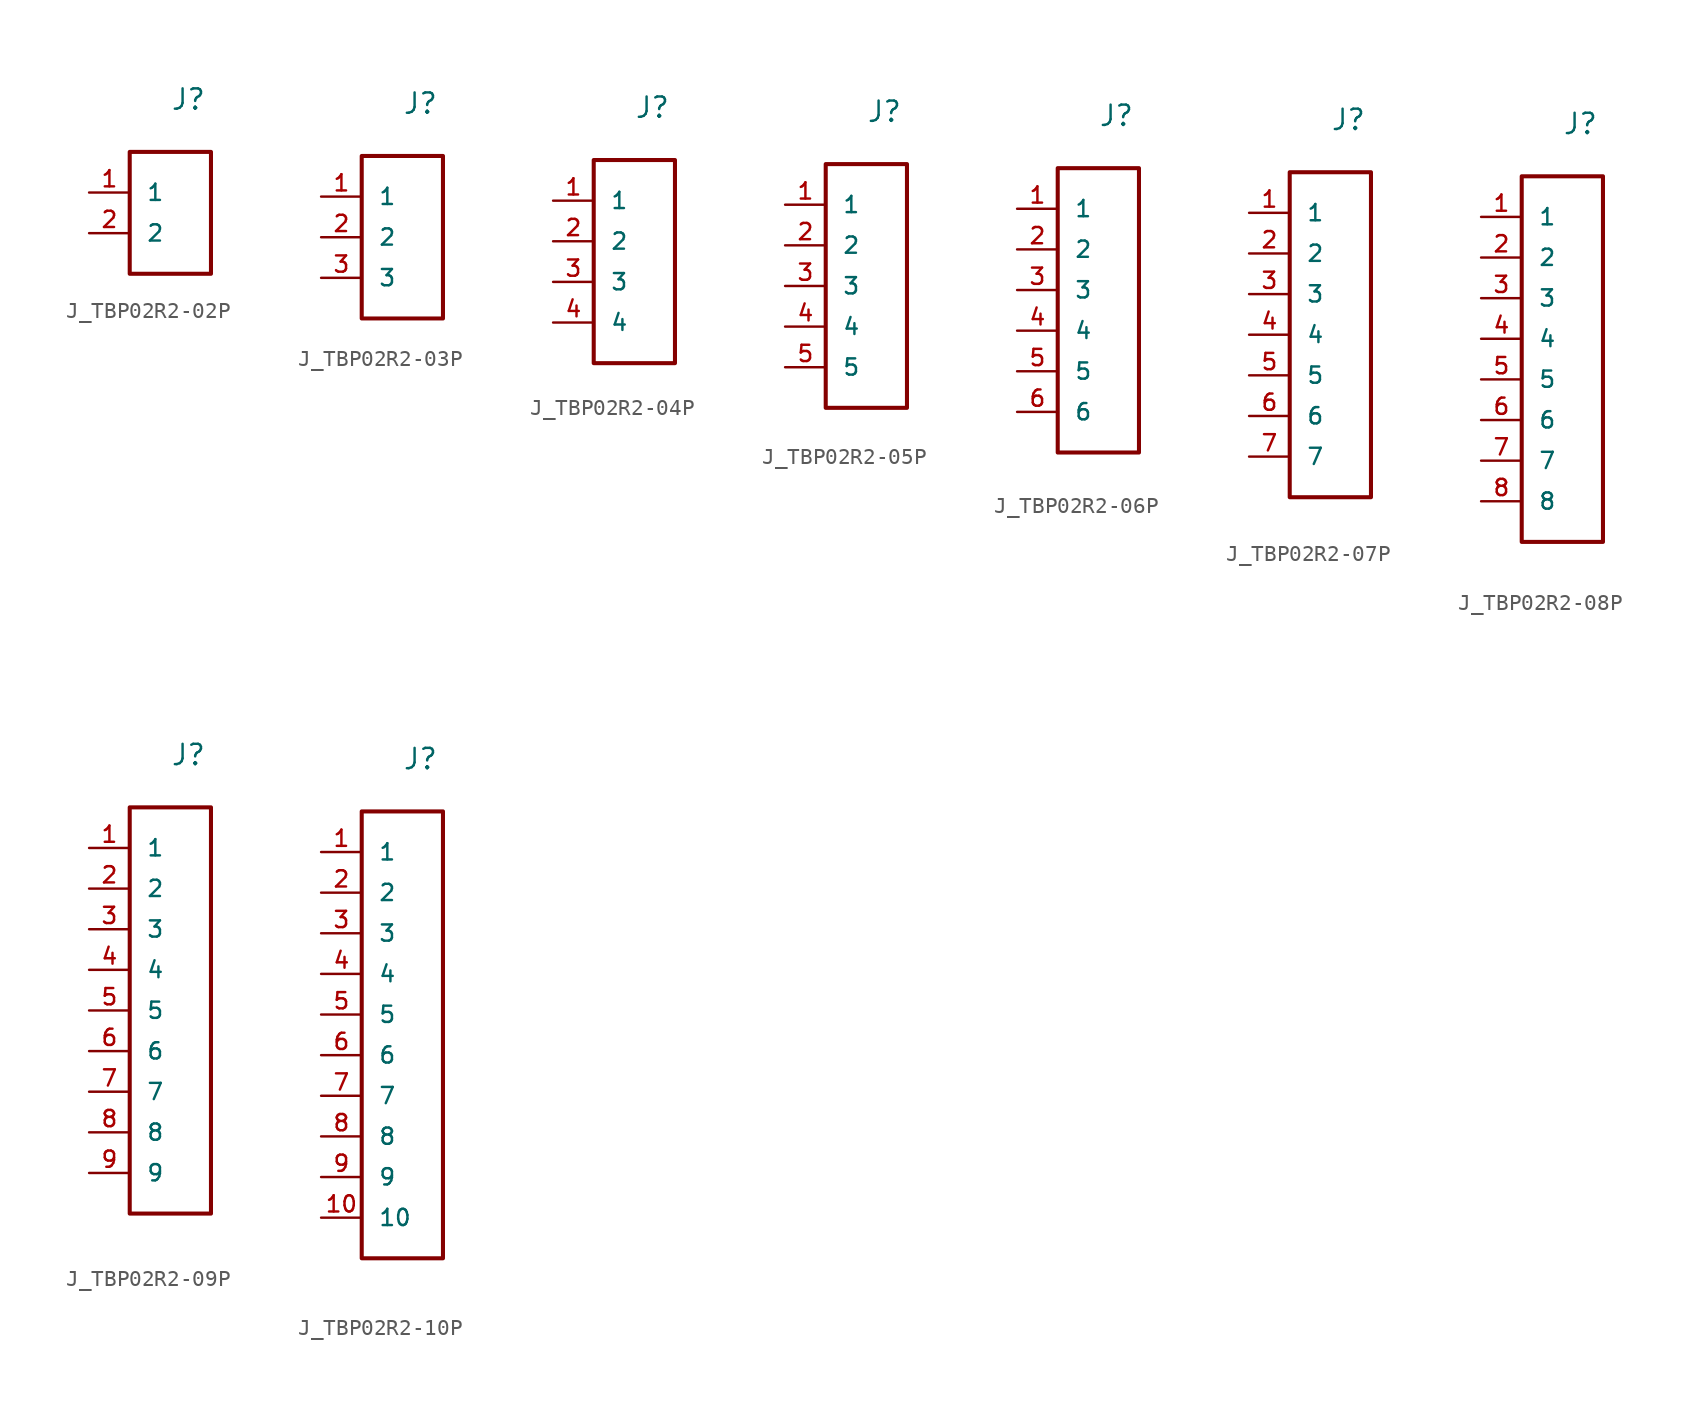
<source format=kicad_sym>
(kicad_symbol_lib
  (version 20231120)
  (generator "kicad_symbol_editor")
  (generator_version "8.0")
  (symbol "J_TBP02R2-02P"
    (pin_names
      (offset 1.016))
    (property "Reference" "J"
      (at 0 6.35 0)
      (effects (font (size 1.27 1.27)) (justify left bottom)))
    (symbol "J_TBP02R2-02P_0_0"
      (pin passive line (at -5.08 1.27 0) (length 2.54) (name "1" (effects (font (size 1.016 1.016)))) (number "1" (effects (font (size 1.016 1.016)))))
      (pin passive line (at -5.08 -1.27 0) (length 2.54) (name "2" (effects (font (size 1.016 1.016)))) (number "2" (effects (font (size 1.016 1.016))))))
    (symbol "J_TBP02R2-02P_1_0"
      (rectangle (start -2.54 3.81) (end 2.54 -3.81) (stroke (width 0.254) (type solid)) (fill (type none)))))
  (symbol "J_TBP02R2-03P"
    (pin_names
      (offset 1.016))
    (property "Reference" "J"
      (at 0 7.62 0)
      (effects (font (size 1.27 1.27)) (justify left bottom)))
    (symbol "J_TBP02R2-03P_0_0"
      (pin passive line (at -5.08 2.54 0) (length 2.54) (name "1" (effects (font (size 1.016 1.016)))) (number "1" (effects (font (size 1.016 1.016)))))
      (pin passive line (at -5.08 0.0 0) (length 2.54) (name "2" (effects (font (size 1.016 1.016)))) (number "2" (effects (font (size 1.016 1.016)))))
      (pin passive line (at -5.08 -2.54 0) (length 2.54) (name "3" (effects (font (size 1.016 1.016)))) (number "3" (effects (font (size 1.016 1.016))))))
    (symbol "J_TBP02R2-03P_1_0"
      (rectangle (start -2.54 5.08) (end 2.54 -5.08) (stroke (width 0.254) (type solid)) (fill (type none)))))
  (symbol "J_TBP02R2-04P"
    (pin_names
      (offset 1.016))
    (property "Reference" "J"
      (at 0 8.89 0)
      (effects (font (size 1.27 1.27)) (justify left bottom)))
    (symbol "J_TBP02R2-04P_0_0"
      (pin passive line (at -5.08 3.81 0) (length 2.54) (name "1" (effects (font (size 1.016 1.016)))) (number "1" (effects (font (size 1.016 1.016)))))
      (pin passive line (at -5.08 1.27 0) (length 2.54) (name "2" (effects (font (size 1.016 1.016)))) (number "2" (effects (font (size 1.016 1.016)))))
      (pin passive line (at -5.08 -1.27 0) (length 2.54) (name "3" (effects (font (size 1.016 1.016)))) (number "3" (effects (font (size 1.016 1.016)))))
      (pin passive line (at -5.08 -3.81 0) (length 2.54) (name "4" (effects (font (size 1.016 1.016)))) (number "4" (effects (font (size 1.016 1.016))))))
    (symbol "J_TBP02R2-04P_1_0"
      (rectangle (start -2.54 6.35) (end 2.54 -6.35) (stroke (width 0.254) (type solid)) (fill (type none)))))
  (symbol "J_TBP02R2-05P"
    (pin_names
      (offset 1.016))
    (property "Reference" "J"
      (at 0 10.16 0)
      (effects (font (size 1.27 1.27)) (justify left bottom)))
    (symbol "J_TBP02R2-05P_0_0"
      (pin passive line (at -5.08 5.08 0) (length 2.54) (name "1" (effects (font (size 1.016 1.016)))) (number "1" (effects (font (size 1.016 1.016)))))
      (pin passive line (at -5.08 2.54 0) (length 2.54) (name "2" (effects (font (size 1.016 1.016)))) (number "2" (effects (font (size 1.016 1.016)))))
      (pin passive line (at -5.08 0.0 0) (length 2.54) (name "3" (effects (font (size 1.016 1.016)))) (number "3" (effects (font (size 1.016 1.016)))))
      (pin passive line (at -5.08 -2.54 0) (length 2.54) (name "4" (effects (font (size 1.016 1.016)))) (number "4" (effects (font (size 1.016 1.016)))))
      (pin passive line (at -5.08 -5.08 0) (length 2.54) (name "5" (effects (font (size 1.016 1.016)))) (number "5" (effects (font (size 1.016 1.016))))))
    (symbol "J_TBP02R2-05P_1_0"
      (rectangle (start -2.54 7.62) (end 2.54 -7.62) (stroke (width 0.254) (type solid)) (fill (type none)))))
  (symbol "J_TBP02R2-06P"
    (pin_names
      (offset 1.016))
    (property "Reference" "J"
      (at 0 11.43 0)
      (effects (font (size 1.27 1.27)) (justify left bottom)))
    (symbol "J_TBP02R2-06P_0_0"
      (pin passive line (at -5.08 6.35 0) (length 2.54) (name "1" (effects (font (size 1.016 1.016)))) (number "1" (effects (font (size 1.016 1.016)))))
      (pin passive line (at -5.08 3.81 0) (length 2.54) (name "2" (effects (font (size 1.016 1.016)))) (number "2" (effects (font (size 1.016 1.016)))))
      (pin passive line (at -5.08 1.27 0) (length 2.54) (name "3" (effects (font (size 1.016 1.016)))) (number "3" (effects (font (size 1.016 1.016)))))
      (pin passive line (at -5.08 -1.27 0) (length 2.54) (name "4" (effects (font (size 1.016 1.016)))) (number "4" (effects (font (size 1.016 1.016)))))
      (pin passive line (at -5.08 -3.81 0) (length 2.54) (name "5" (effects (font (size 1.016 1.016)))) (number "5" (effects (font (size 1.016 1.016)))))
      (pin passive line (at -5.08 -6.35 0) (length 2.54) (name "6" (effects (font (size 1.016 1.016)))) (number "6" (effects (font (size 1.016 1.016))))))
    (symbol "J_TBP02R2-06P_1_0"
      (rectangle (start -2.54 8.89) (end 2.54 -8.89) (stroke (width 0.254) (type solid)) (fill (type none)))))
  (symbol "J_TBP02R2-07P"
    (pin_names
      (offset 1.016))
    (property "Reference" "J"
      (at 0 12.7 0)
      (effects (font (size 1.27 1.27)) (justify left bottom)))
    (symbol "J_TBP02R2-07P_0_0"
      (pin passive line (at -5.08 7.62 0) (length 2.54) (name "1" (effects (font (size 1.016 1.016)))) (number "1" (effects (font (size 1.016 1.016)))))
      (pin passive line (at -5.08 5.08 0) (length 2.54) (name "2" (effects (font (size 1.016 1.016)))) (number "2" (effects (font (size 1.016 1.016)))))
      (pin passive line (at -5.08 2.54 0) (length 2.54) (name "3" (effects (font (size 1.016 1.016)))) (number "3" (effects (font (size 1.016 1.016)))))
      (pin passive line (at -5.08 0.0 0) (length 2.54) (name "4" (effects (font (size 1.016 1.016)))) (number "4" (effects (font (size 1.016 1.016)))))
      (pin passive line (at -5.08 -2.54 0) (length 2.54) (name "5" (effects (font (size 1.016 1.016)))) (number "5" (effects (font (size 1.016 1.016)))))
      (pin passive line (at -5.08 -5.08 0) (length 2.54) (name "6" (effects (font (size 1.016 1.016)))) (number "6" (effects (font (size 1.016 1.016)))))
      (pin passive line (at -5.08 -7.62 0) (length 2.54) (name "7" (effects (font (size 1.016 1.016)))) (number "7" (effects (font (size 1.016 1.016))))))
    (symbol "J_TBP02R2-07P_1_0"
      (rectangle (start -2.54 10.16) (end 2.54 -10.16) (stroke (width 0.254) (type solid)) (fill (type none)))))
  (symbol "J_TBP02R2-08P"
    (pin_names
      (offset 1.016))
    (property "Reference" "J"
      (at 0 13.97 0)
      (effects (font (size 1.27 1.27)) (justify left bottom)))
    (symbol "J_TBP02R2-08P_0_0"
      (pin passive line (at -5.08 8.89 0) (length 2.54) (name "1" (effects (font (size 1.016 1.016)))) (number "1" (effects (font (size 1.016 1.016)))))
      (pin passive line (at -5.08 6.35 0) (length 2.54) (name "2" (effects (font (size 1.016 1.016)))) (number "2" (effects (font (size 1.016 1.016)))))
      (pin passive line (at -5.08 3.81 0) (length 2.54) (name "3" (effects (font (size 1.016 1.016)))) (number "3" (effects (font (size 1.016 1.016)))))
      (pin passive line (at -5.08 1.27 0) (length 2.54) (name "4" (effects (font (size 1.016 1.016)))) (number "4" (effects (font (size 1.016 1.016)))))
      (pin passive line (at -5.08 -1.27 0) (length 2.54) (name "5" (effects (font (size 1.016 1.016)))) (number "5" (effects (font (size 1.016 1.016)))))
      (pin passive line (at -5.08 -3.81 0) (length 2.54) (name "6" (effects (font (size 1.016 1.016)))) (number "6" (effects (font (size 1.016 1.016)))))
      (pin passive line (at -5.08 -6.35 0) (length 2.54) (name "7" (effects (font (size 1.016 1.016)))) (number "7" (effects (font (size 1.016 1.016)))))
      (pin passive line (at -5.08 -8.89 0) (length 2.54) (name "8" (effects (font (size 1.016 1.016)))) (number "8" (effects (font (size 1.016 1.016))))))
    (symbol "J_TBP02R2-08P_1_0"
      (rectangle (start -2.54 11.43) (end 2.54 -11.43) (stroke (width 0.254) (type solid)) (fill (type none)))))
  (symbol "J_TBP02R2-09P"
    (pin_names
      (offset 1.016))
    (property "Reference" "J"
      (at 0 15.24 0)
      (effects (font (size 1.27 1.27)) (justify left bottom)))
    (symbol "J_TBP02R2-09P_0_0"
      (pin passive line (at -5.08 10.16 0) (length 2.54) (name "1" (effects (font (size 1.016 1.016)))) (number "1" (effects (font (size 1.016 1.016)))))
      (pin passive line (at -5.08 7.62 0) (length 2.54) (name "2" (effects (font (size 1.016 1.016)))) (number "2" (effects (font (size 1.016 1.016)))))
      (pin passive line (at -5.08 5.08 0) (length 2.54) (name "3" (effects (font (size 1.016 1.016)))) (number "3" (effects (font (size 1.016 1.016)))))
      (pin passive line (at -5.08 2.54 0) (length 2.54) (name "4" (effects (font (size 1.016 1.016)))) (number "4" (effects (font (size 1.016 1.016)))))
      (pin passive line (at -5.08 0.0 0) (length 2.54) (name "5" (effects (font (size 1.016 1.016)))) (number "5" (effects (font (size 1.016 1.016)))))
      (pin passive line (at -5.08 -2.54 0) (length 2.54) (name "6" (effects (font (size 1.016 1.016)))) (number "6" (effects (font (size 1.016 1.016)))))
      (pin passive line (at -5.08 -5.08 0) (length 2.54) (name "7" (effects (font (size 1.016 1.016)))) (number "7" (effects (font (size 1.016 1.016)))))
      (pin passive line (at -5.08 -7.62 0) (length 2.54) (name "8" (effects (font (size 1.016 1.016)))) (number "8" (effects (font (size 1.016 1.016)))))
      (pin passive line (at -5.08 -10.16 0) (length 2.54) (name "9" (effects (font (size 1.016 1.016)))) (number "9" (effects (font (size 1.016 1.016))))))
    (symbol "J_TBP02R2-09P_1_0"
      (rectangle (start -2.54 12.7) (end 2.54 -12.7) (stroke (width 0.254) (type solid)) (fill (type none)))))
  (symbol "J_TBP02R2-10P"
    (pin_names
      (offset 1.016))
    (property "Reference" "J"
      (at 0 16.51 0)
      (effects (font (size 1.27 1.27)) (justify left bottom)))
    (symbol "J_TBP02R2-10P_0_0"
      (pin passive line (at -5.08 11.43 0) (length 2.54) (name "1" (effects (font (size 1.016 1.016)))) (number "1" (effects (font (size 1.016 1.016)))))
      (pin passive line (at -5.08 8.89 0) (length 2.54) (name "2" (effects (font (size 1.016 1.016)))) (number "2" (effects (font (size 1.016 1.016)))))
      (pin passive line (at -5.08 6.35 0) (length 2.54) (name "3" (effects (font (size 1.016 1.016)))) (number "3" (effects (font (size 1.016 1.016)))))
      (pin passive line (at -5.08 3.81 0) (length 2.54) (name "4" (effects (font (size 1.016 1.016)))) (number "4" (effects (font (size 1.016 1.016)))))
      (pin passive line (at -5.08 1.27 0) (length 2.54) (name "5" (effects (font (size 1.016 1.016)))) (number "5" (effects (font (size 1.016 1.016)))))
      (pin passive line (at -5.08 -1.27 0) (length 2.54) (name "6" (effects (font (size 1.016 1.016)))) (number "6" (effects (font (size 1.016 1.016)))))
      (pin passive line (at -5.08 -3.81 0) (length 2.54) (name "7" (effects (font (size 1.016 1.016)))) (number "7" (effects (font (size 1.016 1.016)))))
      (pin passive line (at -5.08 -6.35 0) (length 2.54) (name "8" (effects (font (size 1.016 1.016)))) (number "8" (effects (font (size 1.016 1.016)))))
      (pin passive line (at -5.08 -8.89 0) (length 2.54) (name "9" (effects (font (size 1.016 1.016)))) (number "9" (effects (font (size 1.016 1.016)))))
      (pin passive line (at -5.08 -11.43 0) (length 2.54) (name "10" (effects (font (size 1.016 1.016)))) (number "10" (effects (font (size 1.016 1.016))))))
    (symbol "J_TBP02R2-10P_1_0"
      (rectangle (start -2.54 13.97) (end 2.54 -13.97) (stroke (width 0.254) (type solid)) (fill (type none))))))
</source>
